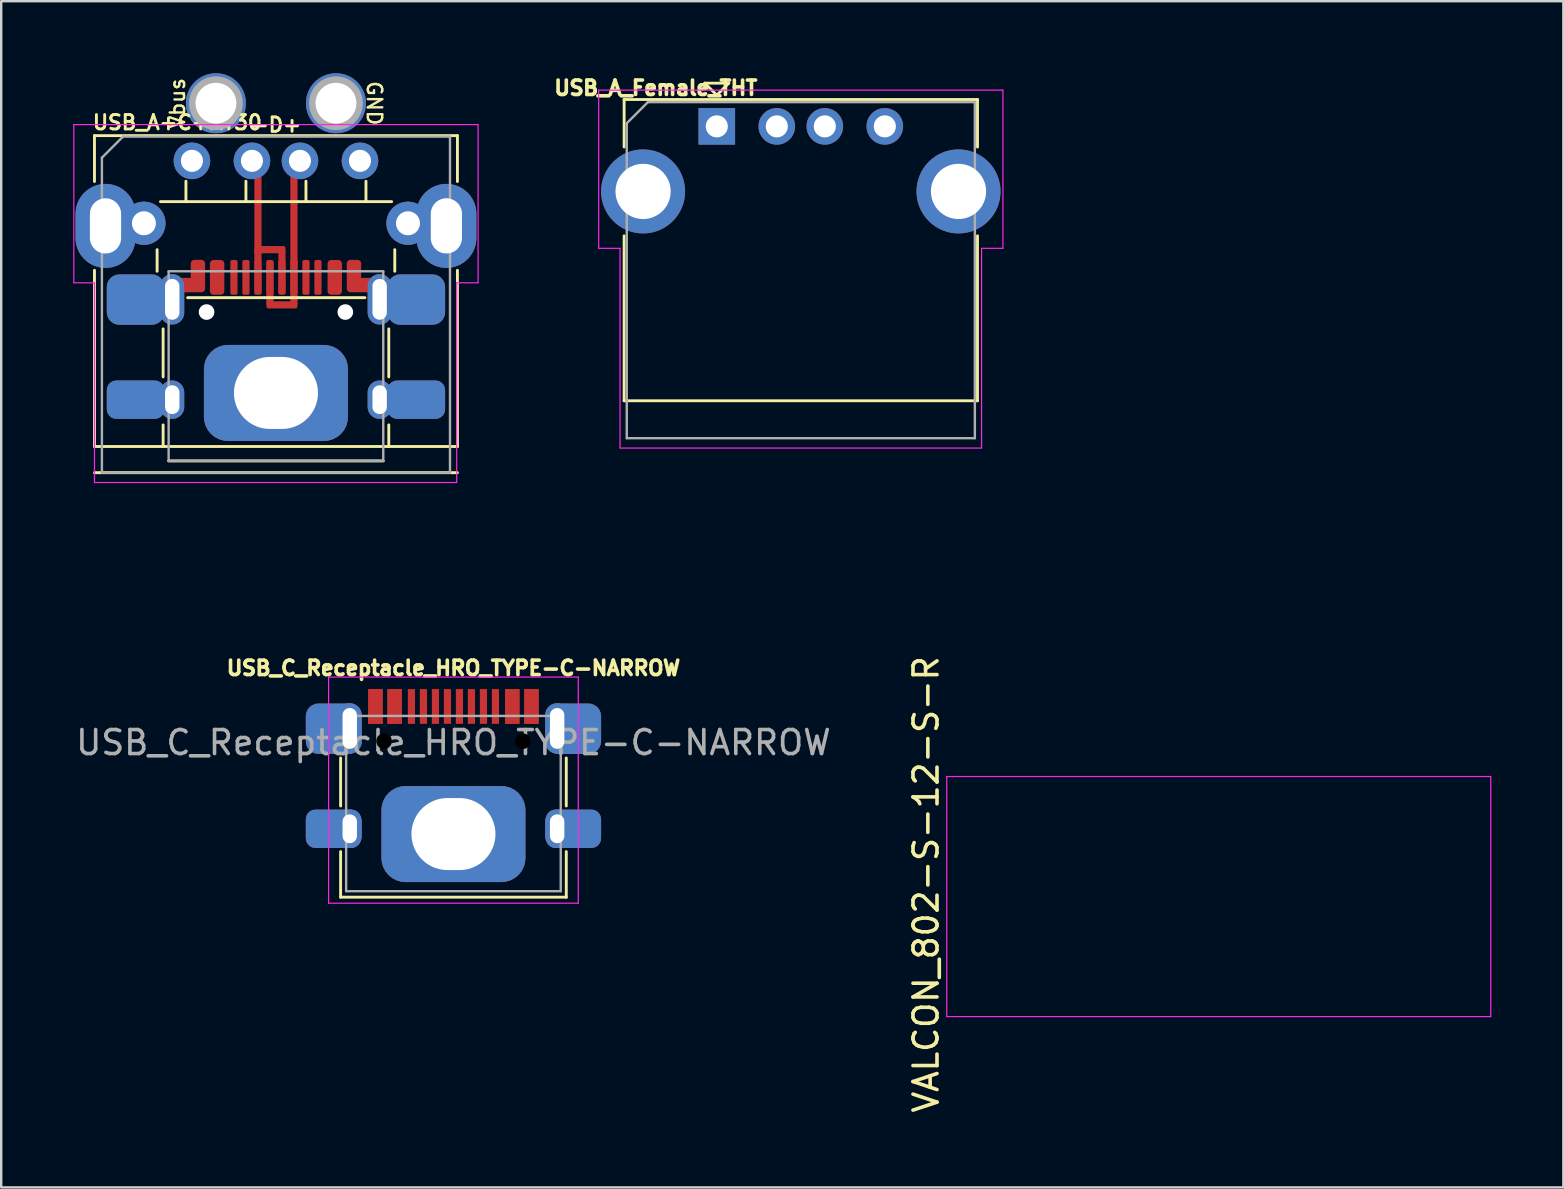
<source format=kicad_pcb>
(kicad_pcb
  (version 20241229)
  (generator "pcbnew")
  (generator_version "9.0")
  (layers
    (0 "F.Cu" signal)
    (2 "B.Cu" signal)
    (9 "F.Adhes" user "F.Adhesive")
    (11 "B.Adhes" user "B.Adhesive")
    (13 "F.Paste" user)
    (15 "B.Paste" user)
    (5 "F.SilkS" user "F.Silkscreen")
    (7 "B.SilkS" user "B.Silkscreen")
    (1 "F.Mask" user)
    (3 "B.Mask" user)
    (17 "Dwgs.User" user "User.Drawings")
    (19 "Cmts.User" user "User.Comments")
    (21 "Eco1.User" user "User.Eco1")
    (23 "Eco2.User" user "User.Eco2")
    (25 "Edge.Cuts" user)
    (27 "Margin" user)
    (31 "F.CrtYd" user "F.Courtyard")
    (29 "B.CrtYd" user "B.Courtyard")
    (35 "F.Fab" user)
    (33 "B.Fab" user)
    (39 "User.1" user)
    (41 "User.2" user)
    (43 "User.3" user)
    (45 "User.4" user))
  (footprint "VALCON_802-S-12-S-R"
    (layer "F.Cu")
    (at 47.719 34.297)
    (property "Reference" "VALCON_802-S-12-S-R" (at -12.192 -0.508 270) (layer "F.SilkS") (effects (font (size 1 1) (thickness 0.15))))
    (attr through_hole)
    (fp_line (start -11.33 -5) (end 11.33 -5) (stroke (width 0.05) (type solid)) (layer "F.CrtYd"))
    (fp_line (start -11.33 5) (end -11.33 -5) (stroke (width 0.05) (type solid)) (layer "F.CrtYd"))
    (fp_line (start 11.33 -5) (end 11.33 5) (stroke (width 0.05) (type solid)) (layer "F.CrtYd"))
    (fp_line (start 11.33 5) (end -11.33 5) (stroke (width 0.05) (type solid)) (layer "F.CrtYd")))
  (footprint "USB_A+C+XT30"
    (layer "F.Cu")
    (at 8.445 15.65)
    (property "Reference" "USB_A+C+XT30" (at -7.7 -13.6 0) (layer "F.SilkS") (effects (font (size 0.6 0.6) (thickness 0.12)) (justify left)))
    (fp_line (start -7.56 -13.05) (end -7.56 -11.14) (stroke (width 0.12) (type solid)) (layer "F.SilkS"))
    (fp_line (start -7.56 -13.05) (end 7.56 -13.05) (stroke (width 0.12) (type solid)) (layer "F.SilkS"))
    (fp_line (start -7.56 -7.44) (end -7.56 -0.1) (stroke (width 0.12) (type solid)) (layer "F.SilkS"))
    (fp_line (start -7.56 -0.1) (end 7.56 -0.1) (stroke (width 0.12) (type solid)) (layer "F.SilkS"))
    (fp_line (start -7.56 0.99) (end 7.56 0.99) (stroke (width 0.12) (type solid)) (layer "F.SilkS"))
    (fp_line (start -4.95 -7.4) (end -4.95 -8.3) (stroke (width 0.12) (type solid)) (layer "F.SilkS"))
    (fp_line (start -4.81 -10.3) (end 4.82 -10.3) (stroke (width 0.12) (type solid)) (layer "F.SilkS"))
    (fp_line (start -4.7 -5.001) (end -4.7 -3.001) (stroke (width 0.12) (type solid)) (layer "F.SilkS"))
    (fp_line (start -4.7 -1) (end -4.7 -0.1) (stroke (width 0.12) (type solid)) (layer "F.SilkS"))
    (fp_line (start -4.47 0.5) (end 4.47 0.5) (stroke (width 0.12) (type solid)) (layer "F.SilkS"))
    (fp_line (start -3.75 -10.3) (end -3.75 -11.15) (stroke (width 0.12) (type solid)) (layer "F.SilkS"))
    (fp_line (start -1.25 -10.3) (end -1.25 -11.15) (stroke (width 0.12) (type solid)) (layer "F.SilkS"))
    (fp_line (start 1.25 -10.3) (end 1.25 -11.15) (stroke (width 0.12) (type solid)) (layer "F.SilkS"))
    (fp_line (start 3.707 -6.3) (end -3.679 -6.3) (stroke (width 0.12) (type solid)) (layer "F.SilkS"))
    (fp_line (start 3.75 -10.3) (end 3.75 -11.15) (stroke (width 0.12) (type solid)) (layer "F.SilkS"))
    (fp_line (start 4.7 -5.001) (end 4.7 -3.001) (stroke (width 0.12) (type solid)) (layer "F.SilkS"))
    (fp_line (start 4.7 -1) (end 4.7 -0.1) (stroke (width 0.12) (type solid)) (layer "F.SilkS"))
    (fp_line (start 4.95 -7.4) (end 4.95 -8.3) (stroke (width 0.12) (type solid)) (layer "F.SilkS"))
    (fp_line (start 7.56 -11.14) (end 7.56 -13.05) (stroke (width 0.12) (type solid)) (layer "F.SilkS"))
    (fp_line (start 7.56 -7.44) (end 7.56 -0.1) (stroke (width 0.12) (type solid)) (layer "F.SilkS"))
    (fp_line (start -8.42 -13.51) (end -8.42 -6.92) (stroke (width 0.05) (type solid)) (layer "F.CrtYd"))
    (fp_line (start -8.42 -13.51) (end 8.42 -13.51) (stroke (width 0.05) (type solid)) (layer "F.CrtYd"))
    (fp_line (start -7.56 -6.92) (end -8.42 -6.92) (stroke (width 0.05) (type solid)) (layer "F.CrtYd"))
    (fp_line (start -7.56 -6.92) (end -7.56 1.4) (stroke (width 0.05) (type solid)) (layer "F.CrtYd"))
    (fp_line (start 7.53 -6.92) (end 7.53 1.4) (stroke (width 0.05) (type solid)) (layer "F.CrtYd"))
    (fp_line (start 7.53 -6.92) (end 8.42 -6.92) (stroke (width 0.05) (type solid)) (layer "F.CrtYd"))
    (fp_line (start 7.53 1.4) (end -7.56 1.4) (stroke (width 0.05) (type solid)) (layer "F.CrtYd"))
    (fp_line (start 8.42 -13.51) (end 8.42 -6.92) (stroke (width 0.05) (type solid)) (layer "F.CrtYd"))
    (fp_line (start -7.25 -12.13) (end -7.25 0.99) (stroke (width 0.1) (type solid)) (layer "F.Fab"))
    (fp_line (start -7.25 0.99) (end 7.25 0.99) (stroke (width 0.1) (type solid)) (layer "F.Fab"))
    (fp_line (start -6.37 -13.01) (end -7.25 -12.13) (stroke (width 0.1) (type solid)) (layer "F.Fab"))
    (fp_line (start -6.37 -13.01) (end 7.25 -13.01) (stroke (width 0.1) (type solid)) (layer "F.Fab"))
    (fp_line (start -4.47 -7.4) (end -4.47 0.5) (stroke (width 0.1) (type solid)) (layer "F.Fab"))
    (fp_line (start -4.47 -7.4) (end 4.47 -7.4) (stroke (width 0.1) (type solid)) (layer "F.Fab"))
    (fp_line (start -4.47 0.5) (end 4.47 0.5) (stroke (width 0.1) (type solid)) (layer "F.Fab"))
    (fp_line (start 4.47 -7.4) (end 4.47 0.5) (stroke (width 0.1) (type solid)) (layer "F.Fab"))
    (fp_line (start 7.25 -13.01) (end 7.25 0.99) (stroke (width 0.1) (type solid)) (layer "F.Fab"))
    (fp_circle (center -5.5 -9.4) (end -5.3 -9.4) (stroke (width 0.4) (type solid)) (fill no) (layer "F.Fab"))
    (fp_circle (center -2.5 -14.4) (end -2.13 -14.4) (stroke (width 0.75) (type solid)) (fill no) (layer "F.Fab"))
    (fp_circle (center 2.5 -14.4) (end 2.87 -14.4) (stroke (width 0.75) (type solid)) (fill no) (layer "F.Fab"))
    (fp_circle (center 5.5 -9.4) (end 5.7 -9.4) (stroke (width 0.4) (type solid)) (fill no) (layer "F.Fab"))
    (fp_line (start -8 0) (end -3 5) (stroke (width 0.12) (type solid)) (layer "User.1"))
    (fp_line (start -8 0) (end 8 0) (stroke (width 0.1) (type solid)) (layer "User.1"))
    (fp_line (start 0 -14.54) (end 0 4.51) (stroke (width 0.12) (type solid)) (layer "User.1"))
    (fp_text user "-D+" (at 0 -13.5 180) (layer "F.SilkS") (effects (font (size 0.6 0.6) (thickness 0.12))))
    (fp_text user "GND" (at 4.1 -14.4 270) (unlocked yes) (layer "F.SilkS") (effects (font (size 0.6 0.6) (thickness 0.1))))
    (fp_text user "Vbus" (at -4.1 -14.4 90) (unlocked yes) (layer "F.SilkS") (effects (font (size 0.6 0.6) (thickness 0.1))))
    (fp_text user "Board Edge" (at -5.5 3.24 315) (unlocked yes) (layer "User.1") (effects (font (size 0.6 0.6) (thickness 0.1))))
    (fp_text user "CL" (at 0 3.24 270) (unlocked yes) (layer "User.1") (effects (font (size 0.6 0.6) (thickness 0.1))))
    (pad "1" thru_hole circle (at -3.5 -12) (size 1.524 1.524) (drill 0.92) (layers "*.Cu" "*.Mask"))
    (pad "1" thru_hole circle (at -2.89 -5.701) (size 1.25 1.25) (drill 0.65) (layers "*.Cu") (remove_unused_layers yes) (zone_layer_connections))
    (pad "1" thru_hole circle (at -2.5 -14.4) (size 2.5 2.5) (drill 1.7) (layers "*.Cu" "*.Mask"))
    (pad "1" smd roundrect (at -2.45 -7.146) (size 0.6 1.45) (layers "F.Cu" "F.Mask" "F.Paste") (roundrect_rratio 0.25))
    (pad "1" smd roundrect (at 2.45 -7.146) (size 0.6 1.45) (layers "F.Cu" "F.Mask" "F.Paste") (roundrect_rratio 0.25))
    (pad "1" thru_hole circle (at 2.89 -5.701) (size 1.25 1.25) (drill 0.65) (layers "*.Cu") (remove_unused_layers yes) (zone_layer_connections))
    (pad "2" thru_hole circle (at -1 -12) (size 1.524 1.524) (drill 0.92) (layers "*.Cu" "*.Mask"))
    (pad "2" smd rect (at -0.75 -10) (size 0.3 3.675) (layers "F.Cu" "F.Paste"))
    (pad "2" smd roundrect (at -0.75 -7.4) (size 0.3 1.85) (layers "F.Cu") (roundrect_rratio 0.25))
    (pad "2" smd roundrect (at -0.75 -7.146) (size 0.3 1.45) (layers "F.Cu" "F.Mask" "F.Paste") (roundrect_rratio 0.25))
    (pad "2" smd roundrect (at -0.25 -8.3 90) (size 0.3 1.29) (layers "F.Cu" "F.Paste") (roundrect_rratio 0.25))
    (pad "2" smd roundrect (at 0.25 -7.4) (size 0.3 1.85) (layers "F.Cu") (roundrect_rratio 0.25))
    (pad "2" smd roundrect (at 0.25 -7.146) (size 0.3 1.45) (layers "F.Cu" "F.Mask" "F.Paste") (roundrect_rratio 0.25))
    (pad "3" smd roundrect (at -0.25 -7.146) (size 0.3 1.45) (layers "F.Cu" "F.Mask" "F.Paste") (roundrect_rratio 0.25))
    (pad "3" smd roundrect (at -0.25 -6.9) (size 0.3 1.85) (layers "F.Cu") (roundrect_rratio 0.25))
    (pad "3" smd roundrect (at 0.25 -6 90) (size 0.3 1.29) (layers "F.Cu" "F.Paste") (roundrect_rratio 0.25))
    (pad "3" smd rect (at 0.75 -9.8) (size 0.3 4.175) (layers "F.Cu" "F.Paste"))
    (pad "3" smd roundrect (at 0.75 -7.146) (size 0.3 1.45) (layers "F.Cu" "F.Mask" "F.Paste") (roundrect_rratio 0.25))
    (pad "3" smd roundrect (at 0.75 -6.9) (size 0.3 1.85) (layers "F.Cu") (roundrect_rratio 0.25))
    (pad "3" thru_hole circle (at 1 -12) (size 1.524 1.524) (drill 0.92) (layers "*.Cu" "*.Mask"))
    (pad "4" smd roundrect (at -3.679 -6.825) (size 0.8 0.6) (layers "F.Cu" "F.Paste") (roundrect_rratio 0.25))
    (pad "4" smd roundrect (at -3.25 -7.2) (size 0.6 1.35) (layers "F.Cu" "F.Mask" "F.Paste") (roundrect_rratio 0.25))
    (pad "4" thru_hole circle (at 2.5 -14.4) (size 2.5 2.5) (drill 1.7) (layers "*.Cu" "*.Mask"))
    (pad "4" smd roundrect (at 3.25 -7.2) (size 0.6 1.35) (layers "F.Cu" "F.Mask" "F.Paste") (roundrect_rratio 0.25))
    (pad "4" thru_hole circle (at 3.5 -12) (size 1.524 1.524) (drill 0.92) (layers "*.Cu" "*.Mask"))
    (pad "4" smd roundrect (at 3.707 -6.825) (size 0.8 0.6) (layers "F.Cu" "F.Paste") (roundrect_rratio 0.25))
    (pad "5" thru_hole oval (at -7.1 -9.29) (size 2.5 3.5) (drill oval 1.3 2.3) (layers "*.Cu" "*.Mask"))
    (pad "5" smd roundrect (at -5.847 -6.22) (size 2.4 2.1) (layers "F.Cu" "F.Mask" "F.Paste") (roundrect_rratio 0.25))
    (pad "5" smd roundrect (at -5.847 -6.22) (size 2.4 2.1) (layers "B.Cu" "B.Mask" "B.Paste") (roundrect_rratio 0.25))
    (pad "5" smd roundrect (at -5.847 -2.051) (size 2.4 1.6) (layers "F.Cu" "F.Mask" "F.Paste") (roundrect_rratio 0.25))
    (pad "5" smd roundrect (at -5.847 -2.051) (size 2.4 1.6) (layers "B.Cu" "B.Mask" "B.Paste") (roundrect_rratio 0.25))
    (pad "5" thru_hole circle (at -5.5 -9.4) (size 1.8 1.8) (drill 1) (layers "*.Cu" "*.Mask"))
    (pad "5" thru_hole oval (at -4.32 -6.231) (size 1 2.1) (drill oval 0.6 1.7) (layers "*.Cu" "*.Mask"))
    (pad "5" thru_hole oval (at -4.32 -2.051) (size 1 1.6) (drill oval 0.6 1.2) (layers "*.Cu" "*.Mask"))
    (pad "5" thru_hole roundrect (at 0 -2.331 180) (size 6 4) (drill oval 3.5 3) (layers "*.Cu" "*.Mask") (roundrect_rratio 0.25))
    (pad "5" thru_hole oval (at 4.32 -6.231) (size 1 2.1) (drill oval 0.6 1.7) (layers "*.Cu" "*.Mask"))
    (pad "5" thru_hole oval (at 4.32 -2.051) (size 1 1.6) (drill oval 0.6 1.2) (layers "*.Cu" "*.Mask"))
    (pad "5" thru_hole circle (at 5.5 -9.4) (size 1.8 1.8) (drill 1) (layers "*.Cu" "*.Mask"))
    (pad "5" smd roundrect (at 5.847 -6.22) (size 2.4 2.1) (layers "F.Cu" "F.Mask" "F.Paste") (roundrect_rratio 0.25))
    (pad "5" smd roundrect (at 5.847 -6.22) (size 2.4 2.1) (layers "B.Cu" "B.Mask" "B.Paste") (roundrect_rratio 0.25))
    (pad "5" smd roundrect (at 5.847 -2.051) (size 2.4 1.6) (layers "F.Cu" "F.Mask" "F.Paste") (roundrect_rratio 0.25))
    (pad "5" smd roundrect (at 5.847 -2.051) (size 2.4 1.6) (layers "B.Cu" "B.Mask" "B.Paste") (roundrect_rratio 0.25))
    (pad "5" thru_hole oval (at 7.1 -9.29) (size 2.5 3.5) (drill oval 1.3 2.3) (layers "*.Cu" "*.Mask"))
    (pad "A5" smd roundrect (at -1.25 -7.146) (size 0.3 1.45) (layers "F.Cu" "F.Mask" "F.Paste") (roundrect_rratio 0.25))
    (pad "A8" smd roundrect (at 1.25 -7.146) (size 0.3 1.45) (layers "F.Cu" "F.Mask" "F.Paste") (roundrect_rratio 0.25))
    (pad "B5" smd roundrect (at 1.75 -7.146) (size 0.3 1.45) (layers "F.Cu" "F.Mask" "F.Paste") (roundrect_rratio 0.25))
    (pad "B8" smd roundrect (at -1.75 -7.146) (size 0.3 1.45) (layers "F.Cu" "F.Mask" "F.Paste") (roundrect_rratio 0.25)))
  (footprint "USB_C_Receptacle_HRO_TYPE-C-NARROW"
    (layer "F.Cu")
    (at 15.839 30.424)
    (property "Reference" "USB_C_Receptacle_HRO_TYPE-C-NARROW" (at 0 -5.645 0) (layer "F.SilkS") (effects (font (size 0.6 0.6) (thickness 0.15))))
    (attr smd)
    (fp_line (start -4.7 -1.9) (end -4.7 0.1) (stroke (width 0.12) (type solid)) (layer "F.SilkS"))
    (fp_line (start -4.7 2) (end -4.7 3.9) (stroke (width 0.12) (type solid)) (layer "F.SilkS"))
    (fp_line (start -4.7 3.9) (end 4.7 3.9) (stroke (width 0.12) (type solid)) (layer "F.SilkS"))
    (fp_line (start 4.7 -1.9) (end 4.7 0.1) (stroke (width 0.12) (type solid)) (layer "F.SilkS"))
    (fp_line (start 4.7 2) (end 4.7 3.9) (stroke (width 0.12) (type solid)) (layer "F.SilkS"))
    (fp_line (start -5.2 -5.27) (end -5.2 4.15) (stroke (width 0.05) (type solid)) (layer "F.CrtYd"))
    (fp_line (start -5.2 -5.27) (end 5.2 -5.27) (stroke (width 0.05) (type solid)) (layer "F.CrtYd"))
    (fp_line (start -5.2 4.15) (end 5.2 4.15) (stroke (width 0.05) (type solid)) (layer "F.CrtYd"))
    (fp_line (start 5.2 -5.27) (end 5.2 4.15) (stroke (width 0.05) (type solid)) (layer "F.CrtYd"))
    (fp_line (start -4.47 -3.65) (end -4.47 3.65) (stroke (width 0.1) (type solid)) (layer "F.Fab"))
    (fp_line (start -4.47 -3.65) (end 4.47 -3.65) (stroke (width 0.1) (type solid)) (layer "F.Fab"))
    (fp_line (start -4.47 3.65) (end 4.47 3.65) (stroke (width 0.1) (type solid)) (layer "F.Fab"))
    (fp_line (start 4.47 -3.65) (end 4.47 3.65) (stroke (width 0.1) (type solid)) (layer "F.Fab"))
    (fp_line (start -7.5 4) (end -2.5 9) (stroke (width 0.12) (type solid)) (layer "User.1"))
    (fp_line (start 0 -5.686) (end 0 8.284) (stroke (width 0.12) (type solid)) (layer "User.1"))
    (fp_line (start 8 4) (end -7.5 4) (stroke (width 0.12) (type solid)) (layer "User.1"))
    (fp_text user "${REFERENCE}" (at 0 -2.54 0) (layer "F.Fab") (effects (font (size 1 1) (thickness 0.15))))
    (fp_text user "CL" (at 0 7.014 270) (unlocked yes) (layer "User.1") (effects (font (size 0.6 0.6) (thickness 0.1))))
    (fp_text user "Board Edge" (at -4 6.5 315) (unlocked yes) (layer "User.1") (effects (font (size 0.6 0.6) (thickness 0.1))))
    (fp_text user "V 4.0" (at 0 9.554 180) (unlocked yes) (layer "User.1") (effects (font (size 1 1) (thickness 0.15))))
    (pad "" np_thru_hole circle (at -2.89 -2.6) (size 0.65 0.65) (drill 0.65) (layers "*.Mask"))
    (pad "" np_thru_hole circle (at 2.89 -2.6) (size 0.65 0.65) (drill 0.65) (layers "*.Mask"))
    (pad "A1" smd rect (at -3.25 -4.045) (size 0.6 1.45) (layers "F.Cu" "F.Mask" "F.Paste"))
    (pad "A4" smd rect (at -2.45 -4.045) (size 0.6 1.45) (layers "F.Cu" "F.Mask" "F.Paste"))
    (pad "A5" smd rect (at -1.25 -4.045) (size 0.3 1.45) (layers "F.Cu" "F.Mask" "F.Paste"))
    (pad "A6" smd rect (at -0.25 -4.045) (size 0.3 1.45) (layers "F.Cu" "F.Mask" "F.Paste"))
    (pad "A7" smd rect (at 0.25 -4.045) (size 0.3 1.45) (layers "F.Cu" "F.Mask" "F.Paste"))
    (pad "A8" smd rect (at 1.25 -4.045) (size 0.3 1.45) (layers "F.Cu" "F.Mask" "F.Paste"))
    (pad "A9" smd rect (at 2.45 -4.045) (size 0.6 1.45) (layers "F.Cu" "F.Mask" "F.Paste"))
    (pad "A12" smd rect (at 3.25 -4.045) (size 0.6 1.45) (layers "F.Cu" "F.Mask" "F.Paste"))
    (pad "B1" smd rect (at 3.25 -4.045) (size 0.6 1.45) (layers "F.Cu" "F.Mask" "F.Paste"))
    (pad "B4" smd rect (at 2.45 -4.045) (size 0.6 1.45) (layers "F.Cu" "F.Mask" "F.Paste"))
    (pad "B5" smd rect (at 1.75 -4.045) (size 0.3 1.45) (layers "F.Cu" "F.Mask" "F.Paste"))
    (pad "B6" smd rect (at 0.75 -4.045) (size 0.3 1.45) (layers "F.Cu" "F.Mask" "F.Paste"))
    (pad "B7" smd rect (at -0.75 -4.045) (size 0.3 1.45) (layers "F.Cu" "F.Mask" "F.Paste"))
    (pad "B8" smd rect (at -1.75 -4.045) (size 0.3 1.45) (layers "F.Cu" "F.Mask" "F.Paste"))
    (pad "B9" smd rect (at -2.45 -4.045) (size 0.6 1.45) (layers "F.Cu" "F.Mask" "F.Paste"))
    (pad "B12" smd rect (at -3.25 -4.045) (size 0.6 1.45) (layers "F.Cu" "F.Mask" "F.Paste"))
    (pad "S1" smd roundrect (at -5 -3.118) (size 2.3 2.1) (layers "F.Cu" "F.Mask" "F.Paste") (roundrect_rratio 0.25))
    (pad "S1" smd roundrect (at -5 -3.118) (size 2.3 2.1) (layers "B.Cu" "B.Mask" "B.Paste") (roundrect_rratio 0.25))
    (pad "S1" smd roundrect (at -5 1.05) (size 2.3 1.6) (layers "F.Cu" "F.Mask" "F.Paste") (roundrect_rratio 0.25))
    (pad "S1" smd roundrect (at -5 1.05) (size 2.3 1.6) (layers "B.Cu" "B.Mask" "B.Paste") (roundrect_rratio 0.25))
    (pad "S1" thru_hole oval (at -4.32 -3.13) (size 1 2.1) (drill oval 0.6 1.7) (layers "*.Cu" "*.Mask"))
    (pad "S1" thru_hole oval (at -4.32 1.05) (size 1 1.6) (drill oval 0.6 1.2) (layers "*.Cu" "*.Mask"))
    (pad "S1" thru_hole roundrect (at 0 1.27 180) (size 6 4) (drill oval 3.5 3) (layers "*.Cu" "*.Mask") (roundrect_rratio 0.25))
    (pad "S1" thru_hole oval (at 4.32 -3.13) (size 1 2.1) (drill oval 0.6 1.7) (layers "*.Cu" "*.Mask"))
    (pad "S1" thru_hole oval (at 4.32 1.05) (size 1 1.6) (drill oval 0.6 1.2) (layers "*.Cu" "*.Mask"))
    (pad "S1" smd roundrect (at 5 -3.118) (size 2.3 2.1) (layers "F.Cu" "F.Mask" "F.Paste") (roundrect_rratio 0.25))
    (pad "S1" smd roundrect (at 5 -3.118) (size 2.3 2.1) (layers "B.Cu" "B.Mask" "B.Paste") (roundrect_rratio 0.25))
    (pad "S1" smd roundrect (at 5 1.05) (size 2.3 1.6) (layers "F.Cu" "F.Mask" "F.Paste") (roundrect_rratio 0.25))
    (pad "S1" smd roundrect (at 5 1.05) (size 2.3 1.6) (layers "B.Cu" "B.Mask" "B.Paste") (roundrect_rratio 0.25)))
  (footprint "USB_A_Female_THT"
    (layer "F.Cu")
    (at 26.809 2.214)
    (property "Reference" "USB_A_Female_THT" (at -2.54 -1.6 0) (layer "F.SilkS") (effects (font (size 0.6 0.6) (thickness 0.15))))
    (attr through_hole)
    (fp_line (start -3.86 -1.12) (end -3.86 0.86) (stroke (width 0.12) (type solid)) (layer "F.SilkS"))
    (fp_line (start -3.86 -1.12) (end 10.86 -1.12) (stroke (width 0.12) (type solid)) (layer "F.SilkS"))
    (fp_line (start -3.86 4.56) (end -3.86 11.43) (stroke (width 0.12) (type solid)) (layer "F.SilkS"))
    (fp_line (start -3.86 11.43) (end 10.86 11.43) (stroke (width 0.12) (type solid)) (layer "F.SilkS"))
    (fp_line (start -0.5 -1.8) (end 0 -1.3) (stroke (width 0.12) (type solid)) (layer "F.SilkS"))
    (fp_line (start 0 -1.3) (end 0.5 -1.8) (stroke (width 0.12) (type solid)) (layer "F.SilkS"))
    (fp_line (start 0.5 -1.8) (end -0.5 -1.8) (stroke (width 0.12) (type solid)) (layer "F.SilkS"))
    (fp_line (start 10.86 0.86) (end 10.86 -1.12) (stroke (width 0.12) (type solid)) (layer "F.SilkS"))
    (fp_line (start 10.86 4.56) (end 10.86 11.43) (stroke (width 0.12) (type solid)) (layer "F.SilkS"))
    (fp_line (start -4.92 -1.51) (end -4.92 5.08) (stroke (width 0.05) (type solid)) (layer "F.CrtYd"))
    (fp_line (start -4.92 -1.51) (end 11.92 -1.51) (stroke (width 0.05) (type solid)) (layer "F.CrtYd"))
    (fp_line (start -4.03 5.08) (end -4.92 5.08) (stroke (width 0.05) (type solid)) (layer "F.CrtYd"))
    (fp_line (start -4.03 5.08) (end -4.03 13.4) (stroke (width 0.05) (type solid)) (layer "F.CrtYd"))
    (fp_line (start 11.03 5.08) (end 11.03 13.4) (stroke (width 0.05) (type solid)) (layer "F.CrtYd"))
    (fp_line (start 11.03 5.08) (end 11.92 5.08) (stroke (width 0.05) (type solid)) (layer "F.CrtYd"))
    (fp_line (start 11.03 13.4) (end -4.03 13.4) (stroke (width 0.05) (type solid)) (layer "F.CrtYd"))
    (fp_line (start 11.92 -1.51) (end 11.92 5.08) (stroke (width 0.05) (type solid)) (layer "F.CrtYd"))
    (fp_line (start -3.75 -0.13) (end -3.75 12.99) (stroke (width 0.1) (type solid)) (layer "F.Fab"))
    (fp_line (start -3.75 12.99) (end 10.75 12.99) (stroke (width 0.1) (type solid)) (layer "F.Fab"))
    (fp_line (start -2.87 -1.01) (end -3.75 -0.13) (stroke (width 0.1) (type solid)) (layer "F.Fab"))
    (fp_line (start -2.87 -1.01) (end 10.75 -1.01) (stroke (width 0.1) (type solid)) (layer "F.Fab"))
    (fp_line (start 10.75 -1.01) (end 10.75 12.99) (stroke (width 0.1) (type solid)) (layer "F.Fab"))
    (pad "1" thru_hole rect (at 0 0) (size 1.524 1.524) (drill 0.92) (layers "*.Cu" "*.Mask"))
    (pad "2" thru_hole circle (at 2.5 0) (size 1.524 1.524) (drill 0.92) (layers "*.Cu" "*.Mask"))
    (pad "3" thru_hole circle (at 4.5 0) (size 1.524 1.524) (drill 0.92) (layers "*.Cu" "*.Mask"))
    (pad "4" thru_hole circle (at 7 0) (size 1.524 1.524) (drill 0.92) (layers "*.Cu" "*.Mask"))
    (pad "5" thru_hole circle (at -3.07 2.71) (size 3.5 3.5) (drill 2.3) (layers "*.Cu" "*.Mask"))
    (pad "5" thru_hole circle (at 10.07 2.71) (size 3.5 3.5) (drill 2.3) (layers "*.Cu" "*.Mask")))
  (gr_rect
    (start -3 -3)
    (end 62.074 46.414)
    (stroke (width 0.1) (type default))
    (fill no)
    (layer "Edge.Cuts")))
</source>
